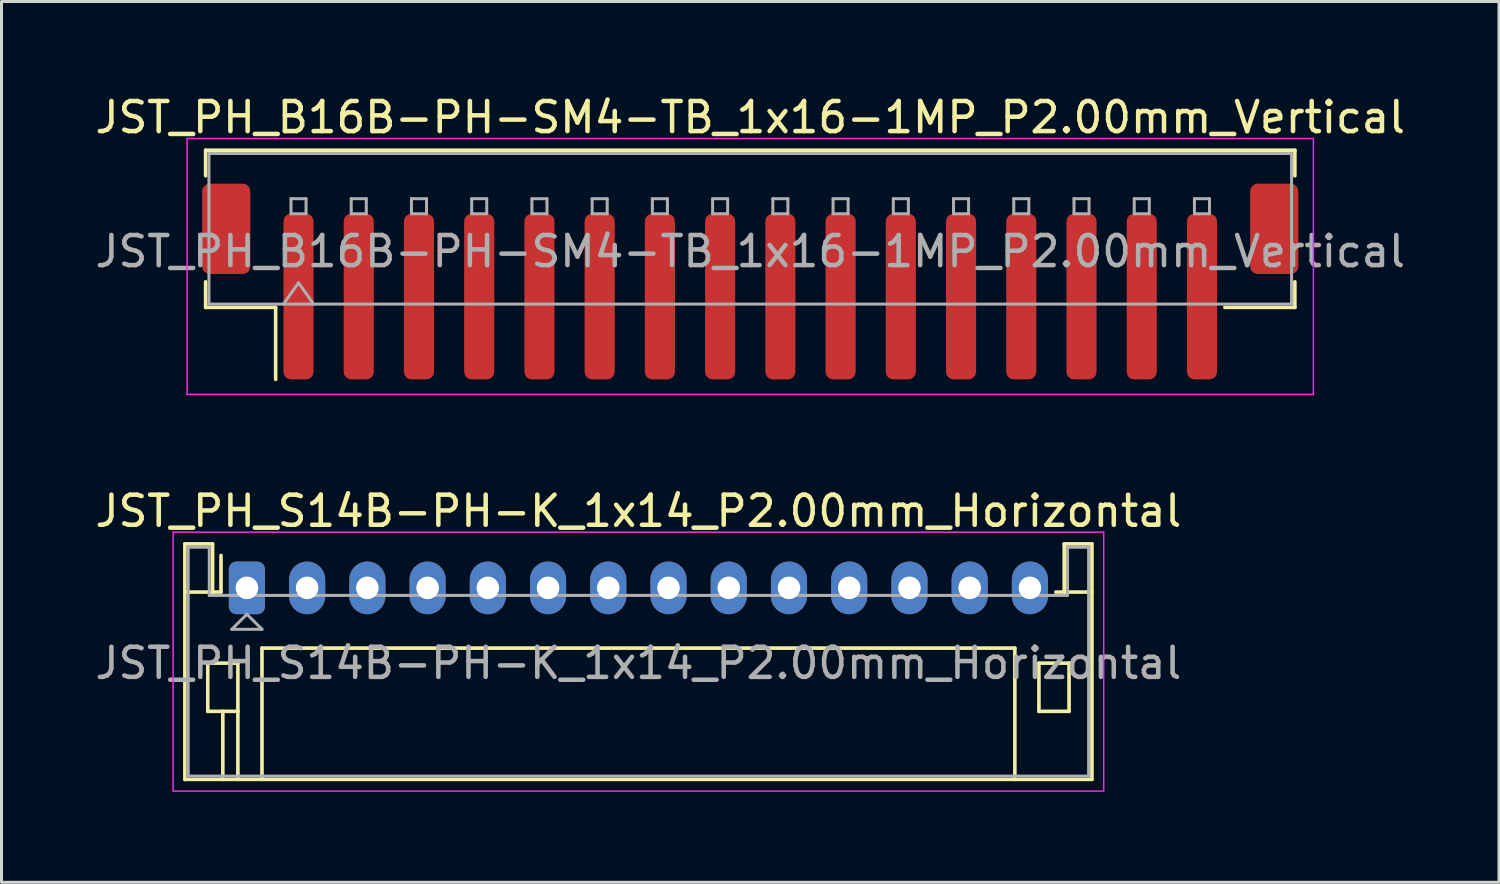
<source format=kicad_pcb>
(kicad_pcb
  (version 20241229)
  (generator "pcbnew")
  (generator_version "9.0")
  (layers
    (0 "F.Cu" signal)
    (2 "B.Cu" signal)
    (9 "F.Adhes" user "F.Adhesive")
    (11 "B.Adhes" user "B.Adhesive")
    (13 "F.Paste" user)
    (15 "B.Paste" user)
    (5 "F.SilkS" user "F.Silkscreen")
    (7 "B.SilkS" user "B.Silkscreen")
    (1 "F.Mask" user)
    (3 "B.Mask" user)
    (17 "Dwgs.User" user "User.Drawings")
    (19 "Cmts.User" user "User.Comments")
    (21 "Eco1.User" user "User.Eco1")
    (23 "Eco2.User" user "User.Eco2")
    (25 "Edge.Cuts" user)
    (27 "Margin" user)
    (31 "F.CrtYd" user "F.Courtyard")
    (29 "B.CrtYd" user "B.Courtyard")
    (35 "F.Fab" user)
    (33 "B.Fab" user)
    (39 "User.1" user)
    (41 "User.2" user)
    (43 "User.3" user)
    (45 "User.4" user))
  (footprint "JST_PH_B16B-PH-SM4-TB_1x16-1MP_P2.00mm_Vertical"
    (layer "F.Cu")
    (at 21.863 6.298)
    (property "Reference" "JST_PH_B16B-PH-SM4-TB_1x16-1MP_P2.00mm_Vertical" (at 0 -5.45 0) (layer "F.SilkS") (effects (font (size 1 1) (thickness 0.15))))
    (attr smd)
    (fp_line (start -18.085 -4.36) (end 18.085 -4.36) (stroke (width 0.12) (type solid)) (layer "F.SilkS"))
    (fp_line (start -18.085 -3.51) (end -18.085 -4.36) (stroke (width 0.12) (type solid)) (layer "F.SilkS"))
    (fp_line (start -18.085 0.01) (end -18.085 0.86) (stroke (width 0.12) (type solid)) (layer "F.SilkS"))
    (fp_line (start -18.085 0.86) (end -15.76 0.86) (stroke (width 0.12) (type solid)) (layer "F.SilkS"))
    (fp_line (start -15.76 0.86) (end -15.76 3.25) (stroke (width 0.12) (type solid)) (layer "F.SilkS"))
    (fp_line (start 18.085 -4.36) (end 18.085 -3.51) (stroke (width 0.12) (type solid)) (layer "F.SilkS"))
    (fp_line (start 18.085 0.01) (end 18.085 0.86) (stroke (width 0.12) (type solid)) (layer "F.SilkS"))
    (fp_line (start 18.085 0.86) (end 15.76 0.86) (stroke (width 0.12) (type solid)) (layer "F.SilkS"))
    (fp_line (start -18.7 -4.75) (end -18.7 3.75) (stroke (width 0.05) (type solid)) (layer "F.CrtYd"))
    (fp_line (start -18.7 3.75) (end 18.7 3.75) (stroke (width 0.05) (type solid)) (layer "F.CrtYd"))
    (fp_line (start 18.7 -4.75) (end -18.7 -4.75) (stroke (width 0.05) (type solid)) (layer "F.CrtYd"))
    (fp_line (start 18.7 3.75) (end 18.7 -4.75) (stroke (width 0.05) (type solid)) (layer "F.CrtYd"))
    (fp_line (start -17.975 -4.25) (end 17.975 -4.25) (stroke (width 0.1) (type solid)) (layer "F.Fab"))
    (fp_line (start -17.975 0.75) (end -17.975 -4.25) (stroke (width 0.1) (type solid)) (layer "F.Fab"))
    (fp_line (start -17.975 0.75) (end 17.975 0.75) (stroke (width 0.1) (type solid)) (layer "F.Fab"))
    (fp_line (start -15.5 0.75) (end -15 0.043) (stroke (width 0.1) (type solid)) (layer "F.Fab"))
    (fp_line (start -15.25 -2.75) (end -15.25 -2.25) (stroke (width 0.1) (type solid)) (layer "F.Fab"))
    (fp_line (start -15.25 -2.25) (end -14.75 -2.25) (stroke (width 0.1) (type solid)) (layer "F.Fab"))
    (fp_line (start -15 0.043) (end -14.5 0.75) (stroke (width 0.1) (type solid)) (layer "F.Fab"))
    (fp_line (start -14.75 -2.75) (end -15.25 -2.75) (stroke (width 0.1) (type solid)) (layer "F.Fab"))
    (fp_line (start -14.75 -2.25) (end -14.75 -2.75) (stroke (width 0.1) (type solid)) (layer "F.Fab"))
    (fp_line (start -13.25 -2.75) (end -13.25 -2.25) (stroke (width 0.1) (type solid)) (layer "F.Fab"))
    (fp_line (start -13.25 -2.25) (end -12.75 -2.25) (stroke (width 0.1) (type solid)) (layer "F.Fab"))
    (fp_line (start -12.75 -2.75) (end -13.25 -2.75) (stroke (width 0.1) (type solid)) (layer "F.Fab"))
    (fp_line (start -12.75 -2.25) (end -12.75 -2.75) (stroke (width 0.1) (type solid)) (layer "F.Fab"))
    (fp_line (start -11.25 -2.75) (end -11.25 -2.25) (stroke (width 0.1) (type solid)) (layer "F.Fab"))
    (fp_line (start -11.25 -2.25) (end -10.75 -2.25) (stroke (width 0.1) (type solid)) (layer "F.Fab"))
    (fp_line (start -10.75 -2.75) (end -11.25 -2.75) (stroke (width 0.1) (type solid)) (layer "F.Fab"))
    (fp_line (start -10.75 -2.25) (end -10.75 -2.75) (stroke (width 0.1) (type solid)) (layer "F.Fab"))
    (fp_line (start -9.25 -2.75) (end -9.25 -2.25) (stroke (width 0.1) (type solid)) (layer "F.Fab"))
    (fp_line (start -9.25 -2.25) (end -8.75 -2.25) (stroke (width 0.1) (type solid)) (layer "F.Fab"))
    (fp_line (start -8.75 -2.75) (end -9.25 -2.75) (stroke (width 0.1) (type solid)) (layer "F.Fab"))
    (fp_line (start -8.75 -2.25) (end -8.75 -2.75) (stroke (width 0.1) (type solid)) (layer "F.Fab"))
    (fp_line (start -7.25 -2.75) (end -7.25 -2.25) (stroke (width 0.1) (type solid)) (layer "F.Fab"))
    (fp_line (start -7.25 -2.25) (end -6.75 -2.25) (stroke (width 0.1) (type solid)) (layer "F.Fab"))
    (fp_line (start -6.75 -2.75) (end -7.25 -2.75) (stroke (width 0.1) (type solid)) (layer "F.Fab"))
    (fp_line (start -6.75 -2.25) (end -6.75 -2.75) (stroke (width 0.1) (type solid)) (layer "F.Fab"))
    (fp_line (start -5.25 -2.75) (end -5.25 -2.25) (stroke (width 0.1) (type solid)) (layer "F.Fab"))
    (fp_line (start -5.25 -2.25) (end -4.75 -2.25) (stroke (width 0.1) (type solid)) (layer "F.Fab"))
    (fp_line (start -4.75 -2.75) (end -5.25 -2.75) (stroke (width 0.1) (type solid)) (layer "F.Fab"))
    (fp_line (start -4.75 -2.25) (end -4.75 -2.75) (stroke (width 0.1) (type solid)) (layer "F.Fab"))
    (fp_line (start -3.25 -2.75) (end -3.25 -2.25) (stroke (width 0.1) (type solid)) (layer "F.Fab"))
    (fp_line (start -3.25 -2.25) (end -2.75 -2.25) (stroke (width 0.1) (type solid)) (layer "F.Fab"))
    (fp_line (start -2.75 -2.75) (end -3.25 -2.75) (stroke (width 0.1) (type solid)) (layer "F.Fab"))
    (fp_line (start -2.75 -2.25) (end -2.75 -2.75) (stroke (width 0.1) (type solid)) (layer "F.Fab"))
    (fp_line (start -1.25 -2.75) (end -1.25 -2.25) (stroke (width 0.1) (type solid)) (layer "F.Fab"))
    (fp_line (start -1.25 -2.25) (end -0.75 -2.25) (stroke (width 0.1) (type solid)) (layer "F.Fab"))
    (fp_line (start -0.75 -2.75) (end -1.25 -2.75) (stroke (width 0.1) (type solid)) (layer "F.Fab"))
    (fp_line (start -0.75 -2.25) (end -0.75 -2.75) (stroke (width 0.1) (type solid)) (layer "F.Fab"))
    (fp_line (start 0.75 -2.75) (end 0.75 -2.25) (stroke (width 0.1) (type solid)) (layer "F.Fab"))
    (fp_line (start 0.75 -2.25) (end 1.25 -2.25) (stroke (width 0.1) (type solid)) (layer "F.Fab"))
    (fp_line (start 1.25 -2.75) (end 0.75 -2.75) (stroke (width 0.1) (type solid)) (layer "F.Fab"))
    (fp_line (start 1.25 -2.25) (end 1.25 -2.75) (stroke (width 0.1) (type solid)) (layer "F.Fab"))
    (fp_line (start 2.75 -2.75) (end 2.75 -2.25) (stroke (width 0.1) (type solid)) (layer "F.Fab"))
    (fp_line (start 2.75 -2.25) (end 3.25 -2.25) (stroke (width 0.1) (type solid)) (layer "F.Fab"))
    (fp_line (start 3.25 -2.75) (end 2.75 -2.75) (stroke (width 0.1) (type solid)) (layer "F.Fab"))
    (fp_line (start 3.25 -2.25) (end 3.25 -2.75) (stroke (width 0.1) (type solid)) (layer "F.Fab"))
    (fp_line (start 4.75 -2.75) (end 4.75 -2.25) (stroke (width 0.1) (type solid)) (layer "F.Fab"))
    (fp_line (start 4.75 -2.25) (end 5.25 -2.25) (stroke (width 0.1) (type solid)) (layer "F.Fab"))
    (fp_line (start 5.25 -2.75) (end 4.75 -2.75) (stroke (width 0.1) (type solid)) (layer "F.Fab"))
    (fp_line (start 5.25 -2.25) (end 5.25 -2.75) (stroke (width 0.1) (type solid)) (layer "F.Fab"))
    (fp_line (start 6.75 -2.75) (end 6.75 -2.25) (stroke (width 0.1) (type solid)) (layer "F.Fab"))
    (fp_line (start 6.75 -2.25) (end 7.25 -2.25) (stroke (width 0.1) (type solid)) (layer "F.Fab"))
    (fp_line (start 7.25 -2.75) (end 6.75 -2.75) (stroke (width 0.1) (type solid)) (layer "F.Fab"))
    (fp_line (start 7.25 -2.25) (end 7.25 -2.75) (stroke (width 0.1) (type solid)) (layer "F.Fab"))
    (fp_line (start 8.75 -2.75) (end 8.75 -2.25) (stroke (width 0.1) (type solid)) (layer "F.Fab"))
    (fp_line (start 8.75 -2.25) (end 9.25 -2.25) (stroke (width 0.1) (type solid)) (layer "F.Fab"))
    (fp_line (start 9.25 -2.75) (end 8.75 -2.75) (stroke (width 0.1) (type solid)) (layer "F.Fab"))
    (fp_line (start 9.25 -2.25) (end 9.25 -2.75) (stroke (width 0.1) (type solid)) (layer "F.Fab"))
    (fp_line (start 10.75 -2.75) (end 10.75 -2.25) (stroke (width 0.1) (type solid)) (layer "F.Fab"))
    (fp_line (start 10.75 -2.25) (end 11.25 -2.25) (stroke (width 0.1) (type solid)) (layer "F.Fab"))
    (fp_line (start 11.25 -2.75) (end 10.75 -2.75) (stroke (width 0.1) (type solid)) (layer "F.Fab"))
    (fp_line (start 11.25 -2.25) (end 11.25 -2.75) (stroke (width 0.1) (type solid)) (layer "F.Fab"))
    (fp_line (start 12.75 -2.75) (end 12.75 -2.25) (stroke (width 0.1) (type solid)) (layer "F.Fab"))
    (fp_line (start 12.75 -2.25) (end 13.25 -2.25) (stroke (width 0.1) (type solid)) (layer "F.Fab"))
    (fp_line (start 13.25 -2.75) (end 12.75 -2.75) (stroke (width 0.1) (type solid)) (layer "F.Fab"))
    (fp_line (start 13.25 -2.25) (end 13.25 -2.75) (stroke (width 0.1) (type solid)) (layer "F.Fab"))
    (fp_line (start 14.75 -2.75) (end 14.75 -2.25) (stroke (width 0.1) (type solid)) (layer "F.Fab"))
    (fp_line (start 14.75 -2.25) (end 15.25 -2.25) (stroke (width 0.1) (type solid)) (layer "F.Fab"))
    (fp_line (start 15.25 -2.75) (end 14.75 -2.75) (stroke (width 0.1) (type solid)) (layer "F.Fab"))
    (fp_line (start 15.25 -2.25) (end 15.25 -2.75) (stroke (width 0.1) (type solid)) (layer "F.Fab"))
    (fp_line (start 17.975 0.75) (end 17.975 -4.25) (stroke (width 0.1) (type solid)) (layer "F.Fab"))
    (fp_text user "${REFERENCE}" (at 0 -1 0) (layer "F.Fab") (effects (font (size 1 1) (thickness 0.15))))
    (pad "1" smd roundrect (at -15 0.5) (size 1 5.5) (layers "F.Cu" "F.Mask" "F.Paste") (roundrect_rratio 0.25))
    (pad "2" smd roundrect (at -13 0.5) (size 1 5.5) (layers "F.Cu" "F.Mask" "F.Paste") (roundrect_rratio 0.25))
    (pad "3" smd roundrect (at -11 0.5) (size 1 5.5) (layers "F.Cu" "F.Mask" "F.Paste") (roundrect_rratio 0.25))
    (pad "4" smd roundrect (at -9 0.5) (size 1 5.5) (layers "F.Cu" "F.Mask" "F.Paste") (roundrect_rratio 0.25))
    (pad "5" smd roundrect (at -7 0.5) (size 1 5.5) (layers "F.Cu" "F.Mask" "F.Paste") (roundrect_rratio 0.25))
    (pad "6" smd roundrect (at -5 0.5) (size 1 5.5) (layers "F.Cu" "F.Mask" "F.Paste") (roundrect_rratio 0.25))
    (pad "7" smd roundrect (at -3 0.5) (size 1 5.5) (layers "F.Cu" "F.Mask" "F.Paste") (roundrect_rratio 0.25))
    (pad "8" smd roundrect (at -1 0.5) (size 1 5.5) (layers "F.Cu" "F.Mask" "F.Paste") (roundrect_rratio 0.25))
    (pad "9" smd roundrect (at 1 0.5) (size 1 5.5) (layers "F.Cu" "F.Mask" "F.Paste") (roundrect_rratio 0.25))
    (pad "10" smd roundrect (at 3 0.5) (size 1 5.5) (layers "F.Cu" "F.Mask" "F.Paste") (roundrect_rratio 0.25))
    (pad "11" smd roundrect (at 5 0.5) (size 1 5.5) (layers "F.Cu" "F.Mask" "F.Paste") (roundrect_rratio 0.25))
    (pad "12" smd roundrect (at 7 0.5) (size 1 5.5) (layers "F.Cu" "F.Mask" "F.Paste") (roundrect_rratio 0.25))
    (pad "13" smd roundrect (at 9 0.5) (size 1 5.5) (layers "F.Cu" "F.Mask" "F.Paste") (roundrect_rratio 0.25))
    (pad "14" smd roundrect (at 11 0.5) (size 1 5.5) (layers "F.Cu" "F.Mask" "F.Paste") (roundrect_rratio 0.25))
    (pad "15" smd roundrect (at 13 0.5) (size 1 5.5) (layers "F.Cu" "F.Mask" "F.Paste") (roundrect_rratio 0.25))
    (pad "16" smd roundrect (at 15 0.5) (size 1 5.5) (layers "F.Cu" "F.Mask" "F.Paste") (roundrect_rratio 0.25))
    (pad "MP" smd roundrect (at -17.4 -1.75) (size 1.6 3) (layers "F.Cu" "F.Mask" "F.Paste") (roundrect_rratio 0.156))
    (pad "MP" smd roundrect (at 17.4 -1.75) (size 1.6 3) (layers "F.Cu" "F.Mask" "F.Paste") (roundrect_rratio 0.156)))
  (footprint "JST_PH_S14B-PH-K_1x14_P2.00mm_Horizontal"
    (layer "F.Cu")
    (at 5.149 16.471)
    (property "Reference" "JST_PH_S14B-PH-K_1x14_P2.00mm_Horizontal" (at 13 -2.55 0) (layer "F.SilkS") (effects (font (size 1 1) (thickness 0.15))))
    (attr through_hole)
    (fp_line (start -2.06 -1.46) (end -2.06 6.36) (stroke (width 0.12) (type solid)) (layer "F.SilkS"))
    (fp_line (start -2.06 0.14) (end -1.14 0.14) (stroke (width 0.12) (type solid)) (layer "F.SilkS"))
    (fp_line (start -2.06 6.36) (end 28.06 6.36) (stroke (width 0.12) (type solid)) (layer "F.SilkS"))
    (fp_line (start -1.3 2.5) (end -1.3 4.1) (stroke (width 0.12) (type solid)) (layer "F.SilkS"))
    (fp_line (start -1.3 4.1) (end -0.3 4.1) (stroke (width 0.12) (type solid)) (layer "F.SilkS"))
    (fp_line (start -1.14 -1.46) (end -2.06 -1.46) (stroke (width 0.12) (type solid)) (layer "F.SilkS"))
    (fp_line (start -1.14 0.14) (end -1.14 -1.46) (stroke (width 0.12) (type solid)) (layer "F.SilkS"))
    (fp_line (start -0.86 0.14) (end -1.14 0.14) (stroke (width 0.12) (type solid)) (layer "F.SilkS"))
    (fp_line (start -0.86 0.14) (end -0.86 -1.075) (stroke (width 0.12) (type solid)) (layer "F.SilkS"))
    (fp_line (start -0.8 4.1) (end -0.8 6.36) (stroke (width 0.12) (type solid)) (layer "F.SilkS"))
    (fp_line (start -0.3 2.5) (end -1.3 2.5) (stroke (width 0.12) (type solid)) (layer "F.SilkS"))
    (fp_line (start -0.3 4.1) (end -0.3 2.5) (stroke (width 0.12) (type solid)) (layer "F.SilkS"))
    (fp_line (start -0.3 4.1) (end -0.3 6.36) (stroke (width 0.12) (type solid)) (layer "F.SilkS"))
    (fp_line (start 0.5 2) (end 25.5 2) (stroke (width 0.12) (type solid)) (layer "F.SilkS"))
    (fp_line (start 0.5 6.36) (end 0.5 2) (stroke (width 0.12) (type solid)) (layer "F.SilkS"))
    (fp_line (start 25.5 2) (end 25.5 6.36) (stroke (width 0.12) (type solid)) (layer "F.SilkS"))
    (fp_line (start 26.3 2.5) (end 27.3 2.5) (stroke (width 0.12) (type solid)) (layer "F.SilkS"))
    (fp_line (start 26.3 4.1) (end 26.3 2.5) (stroke (width 0.12) (type solid)) (layer "F.SilkS"))
    (fp_line (start 27.14 -1.46) (end 27.14 0.14) (stroke (width 0.12) (type solid)) (layer "F.SilkS"))
    (fp_line (start 27.14 0.14) (end 26.86 0.14) (stroke (width 0.12) (type solid)) (layer "F.SilkS"))
    (fp_line (start 27.3 2.5) (end 27.3 4.1) (stroke (width 0.12) (type solid)) (layer "F.SilkS"))
    (fp_line (start 27.3 4.1) (end 26.3 4.1) (stroke (width 0.12) (type solid)) (layer "F.SilkS"))
    (fp_line (start 28.06 -1.46) (end 27.14 -1.46) (stroke (width 0.12) (type solid)) (layer "F.SilkS"))
    (fp_line (start 28.06 0.14) (end 27.14 0.14) (stroke (width 0.12) (type solid)) (layer "F.SilkS"))
    (fp_line (start 28.06 6.36) (end 28.06 -1.46) (stroke (width 0.12) (type solid)) (layer "F.SilkS"))
    (fp_line (start -2.45 -1.85) (end -2.45 6.75) (stroke (width 0.05) (type solid)) (layer "F.CrtYd"))
    (fp_line (start -2.45 6.75) (end 28.45 6.75) (stroke (width 0.05) (type solid)) (layer "F.CrtYd"))
    (fp_line (start 28.45 -1.85) (end -2.45 -1.85) (stroke (width 0.05) (type solid)) (layer "F.CrtYd"))
    (fp_line (start 28.45 6.75) (end 28.45 -1.85) (stroke (width 0.05) (type solid)) (layer "F.CrtYd"))
    (fp_line (start -1.95 -1.35) (end -1.95 6.25) (stroke (width 0.1) (type solid)) (layer "F.Fab"))
    (fp_line (start -1.95 6.25) (end 27.95 6.25) (stroke (width 0.1) (type solid)) (layer "F.Fab"))
    (fp_line (start -1.25 -1.35) (end -1.95 -1.35) (stroke (width 0.1) (type solid)) (layer "F.Fab"))
    (fp_line (start -1.25 0.25) (end -1.25 -1.35) (stroke (width 0.1) (type solid)) (layer "F.Fab"))
    (fp_line (start -0.5 1.375) (end 0.5 1.375) (stroke (width 0.1) (type solid)) (layer "F.Fab"))
    (fp_line (start 0 0.875) (end -0.5 1.375) (stroke (width 0.1) (type solid)) (layer "F.Fab"))
    (fp_line (start 0.5 1.375) (end 0 0.875) (stroke (width 0.1) (type solid)) (layer "F.Fab"))
    (fp_line (start 27.25 -1.35) (end 27.25 0.25) (stroke (width 0.1) (type solid)) (layer "F.Fab"))
    (fp_line (start 27.25 0.25) (end -1.25 0.25) (stroke (width 0.1) (type solid)) (layer "F.Fab"))
    (fp_line (start 27.95 -1.35) (end 27.25 -1.35) (stroke (width 0.1) (type solid)) (layer "F.Fab"))
    (fp_line (start 27.95 6.25) (end 27.95 -1.35) (stroke (width 0.1) (type solid)) (layer "F.Fab"))
    (fp_text user "${REFERENCE}" (at 13 2.5 0) (layer "F.Fab") (effects (font (size 1 1) (thickness 0.15))))
    (pad "1" thru_hole roundrect (at 0 0) (size 1.2 1.75) (drill 0.75) (layers "*.Cu" "*.Mask") (roundrect_rratio 0.208))
    (pad "2" thru_hole oval (at 2 0) (size 1.2 1.75) (drill 0.75) (layers "*.Cu" "*.Mask"))
    (pad "3" thru_hole oval (at 4 0) (size 1.2 1.75) (drill 0.75) (layers "*.Cu" "*.Mask"))
    (pad "4" thru_hole oval (at 6 0) (size 1.2 1.75) (drill 0.75) (layers "*.Cu" "*.Mask"))
    (pad "5" thru_hole oval (at 8 0) (size 1.2 1.75) (drill 0.75) (layers "*.Cu" "*.Mask"))
    (pad "6" thru_hole oval (at 10 0) (size 1.2 1.75) (drill 0.75) (layers "*.Cu" "*.Mask"))
    (pad "7" thru_hole oval (at 12 0) (size 1.2 1.75) (drill 0.75) (layers "*.Cu" "*.Mask"))
    (pad "8" thru_hole oval (at 14 0) (size 1.2 1.75) (drill 0.75) (layers "*.Cu" "*.Mask"))
    (pad "9" thru_hole oval (at 16 0) (size 1.2 1.75) (drill 0.75) (layers "*.Cu" "*.Mask"))
    (pad "10" thru_hole oval (at 18 0) (size 1.2 1.75) (drill 0.75) (layers "*.Cu" "*.Mask"))
    (pad "11" thru_hole oval (at 20 0) (size 1.2 1.75) (drill 0.75) (layers "*.Cu" "*.Mask"))
    (pad "12" thru_hole oval (at 22 0) (size 1.2 1.75) (drill 0.75) (layers "*.Cu" "*.Mask"))
    (pad "13" thru_hole oval (at 24 0) (size 1.2 1.75) (drill 0.75) (layers "*.Cu" "*.Mask"))
    (pad "14" thru_hole oval (at 26 0) (size 1.2 1.75) (drill 0.75) (layers "*.Cu" "*.Mask")))
  (gr_rect
    (start -3 -3)
    (end 46.726 26.247)
    (stroke (width 0.1) (type default))
    (fill no)
    (layer "Edge.Cuts")))
</source>
